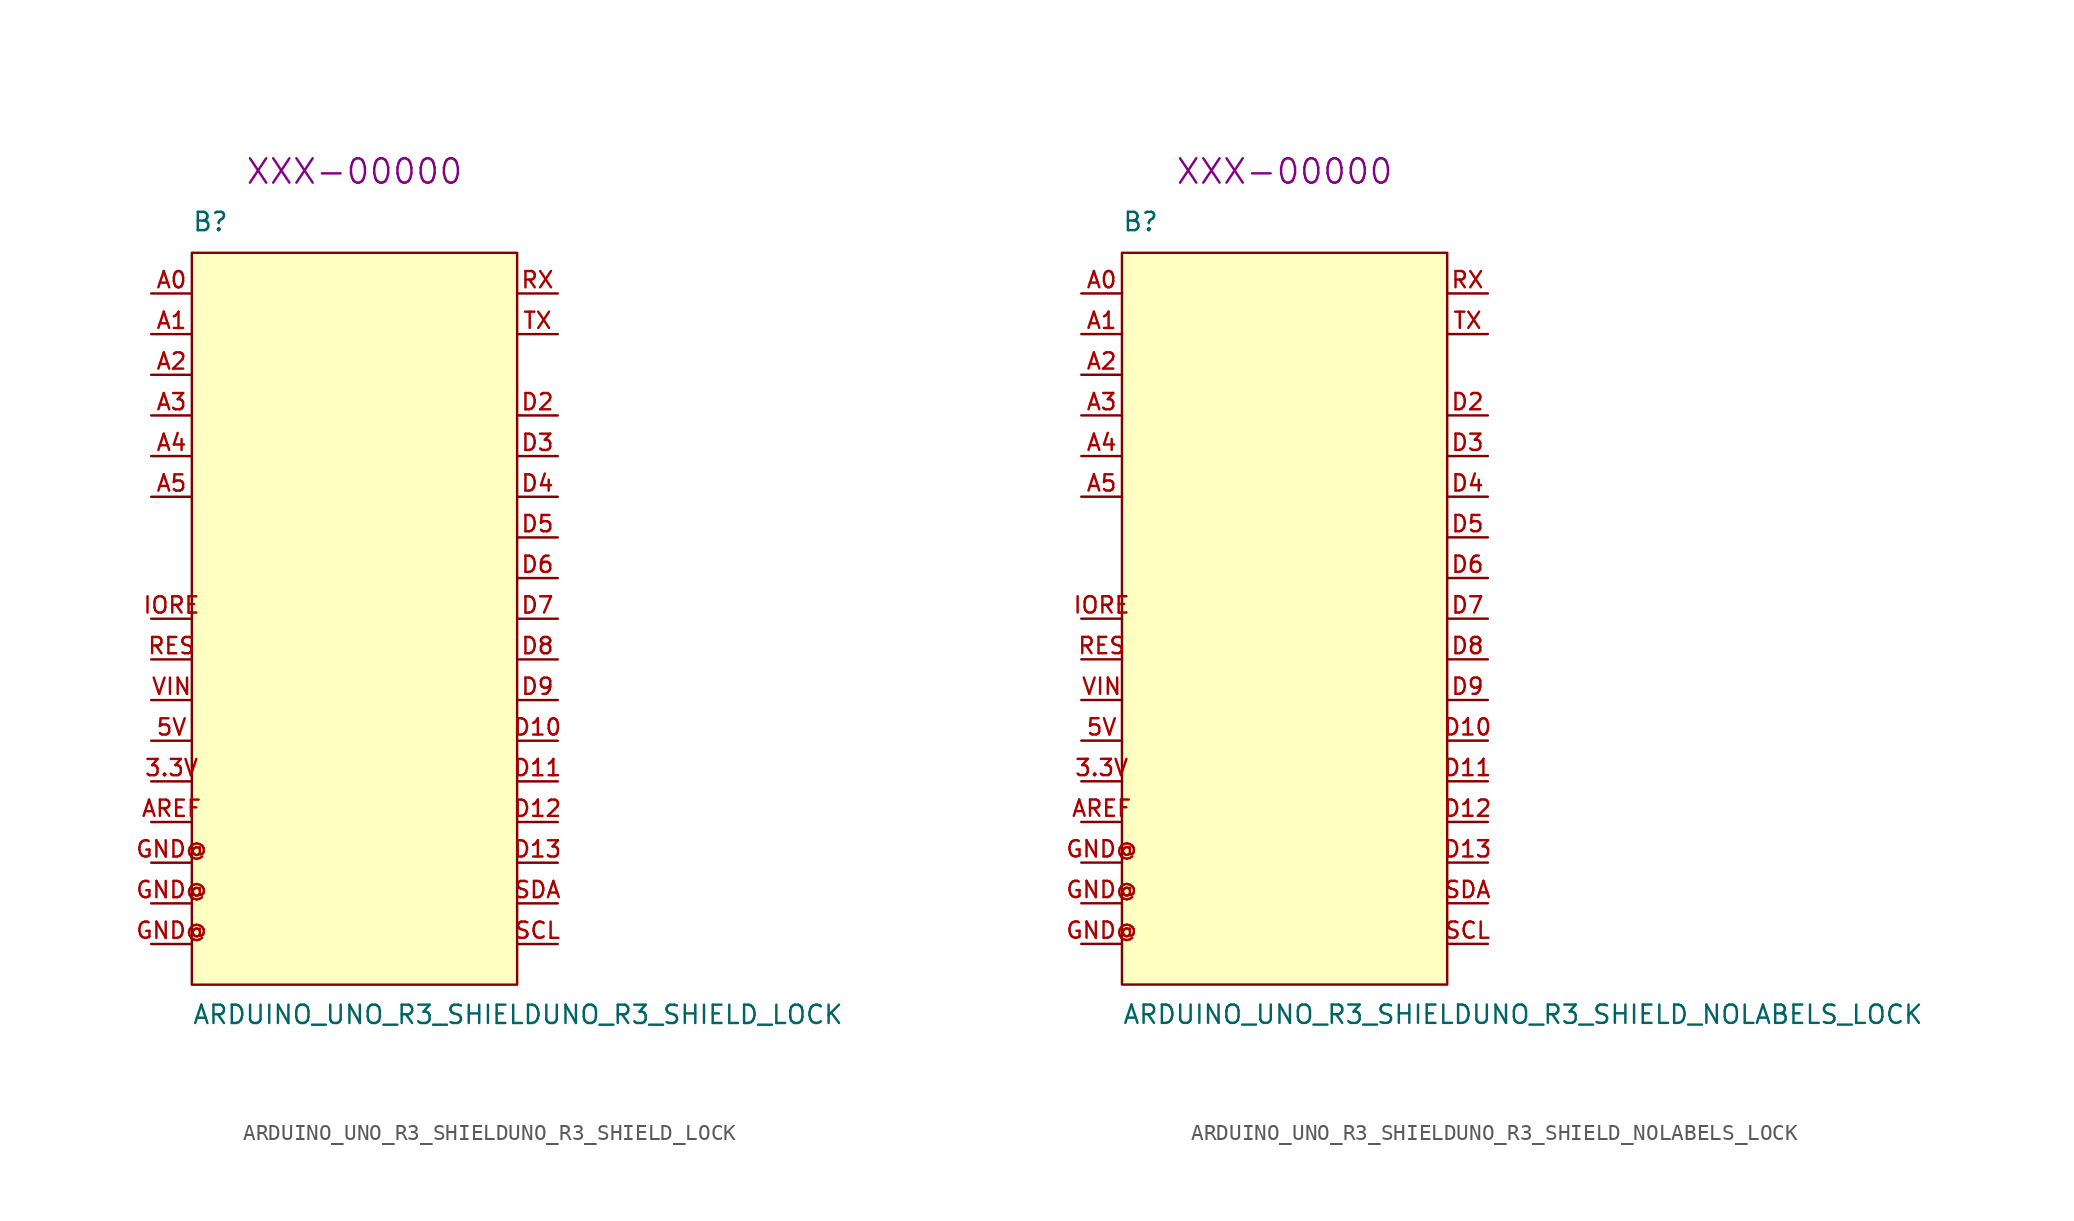
<source format=kicad_sym>
(kicad_symbol_lib
  (version 20211014)
  (generator kicad_symbol_editor)
  (symbol "ARDUINO_UNO_R3_SHIELDUNO_R3_SHIELD_LOCK"
    (pin_names
      (offset 1.016) hide)
    (property "Reference" "B"
      (at -10.16 21.59 0)
      (effects (font (size 1.143 1.143)) (justify left bottom)))
    (property "Value" "ARDUINO_UNO_R3_SHIELDUNO_R3_SHIELD_LOCK"
      (at -10.16 -27.94 0)
      (effects (font (size 1.143 1.143)) (justify left bottom)))
    (property "Field4" "XXX-00000"
      (at 0 25.4 0)
      (effects (font (size 1.524 1.524))))
    (property "ki_locked" ""
      (at 0 0 0)
      (effects (font (size 1.27 1.27))))
    (symbol "ARDUINO_UNO_R3_SHIELDUNO_R3_SHIELD_LOCK_1_1"
      (polyline (pts (xy -10.16 -25.4) (xy -10.16 20.32) (xy 10.16 20.32) (xy 10.16 -25.4) (xy -10.16 -25.4)) (stroke (width 0) (type default) (color 0 0 0 0)) (fill (type background)))
      (pin bidirectional line (at -12.7 -12.7 0) (length 2.54) (name "3.3V" (effects (font (size 1.016 1.016)))) (number "3.3V" (effects (font (size 1.016 1.016)))))
      (pin bidirectional line (at -12.7 -10.16 0) (length 2.54) (name "5V" (effects (font (size 1.016 1.016)))) (number "5V" (effects (font (size 1.016 1.016)))))
      (pin bidirectional line (at -12.7 17.78 0) (length 2.54) (name "A0" (effects (font (size 1.016 1.016)))) (number "A0" (effects (font (size 1.016 1.016)))))
      (pin bidirectional line (at -12.7 15.24 0) (length 2.54) (name "A1" (effects (font (size 1.016 1.016)))) (number "A1" (effects (font (size 1.016 1.016)))))
      (pin bidirectional line (at -12.7 12.7 0) (length 2.54) (name "A2" (effects (font (size 1.016 1.016)))) (number "A2" (effects (font (size 1.016 1.016)))))
      (pin bidirectional line (at -12.7 10.16 0) (length 2.54) (name "A3" (effects (font (size 1.016 1.016)))) (number "A3" (effects (font (size 1.016 1.016)))))
      (pin bidirectional line (at -12.7 7.62 0) (length 2.54) (name "A4" (effects (font (size 1.016 1.016)))) (number "A4" (effects (font (size 1.016 1.016)))))
      (pin bidirectional line (at -12.7 5.08 0) (length 2.54) (name "A5" (effects (font (size 1.016 1.016)))) (number "A5" (effects (font (size 1.016 1.016)))))
      (pin bidirectional line (at -12.7 -15.24 0) (length 2.54) (name "AREF" (effects (font (size 1.016 1.016)))) (number "AREF" (effects (font (size 1.016 1.016)))))
      (pin bidirectional line (at 12.7 -10.16 180) (length 2.54) (name "*D10" (effects (font (size 1.016 1.016)))) (number "D10" (effects (font (size 1.016 1.016)))))
      (pin bidirectional line (at 12.7 -12.7 180) (length 2.54) (name "*D11" (effects (font (size 1.016 1.016)))) (number "D11" (effects (font (size 1.016 1.016)))))
      (pin bidirectional line (at 12.7 -15.24 180) (length 2.54) (name "D12" (effects (font (size 1.016 1.016)))) (number "D12" (effects (font (size 1.016 1.016)))))
      (pin bidirectional line (at 12.7 -17.78 180) (length 2.54) (name "D13" (effects (font (size 1.016 1.016)))) (number "D13" (effects (font (size 1.016 1.016)))))
      (pin bidirectional line (at 12.7 10.16 180) (length 2.54) (name "D2" (effects (font (size 1.016 1.016)))) (number "D2" (effects (font (size 1.016 1.016)))))
      (pin bidirectional line (at 12.7 7.62 180) (length 2.54) (name "*D3" (effects (font (size 1.016 1.016)))) (number "D3" (effects (font (size 1.016 1.016)))))
      (pin bidirectional line (at 12.7 5.08 180) (length 2.54) (name "D4" (effects (font (size 1.016 1.016)))) (number "D4" (effects (font (size 1.016 1.016)))))
      (pin bidirectional line (at 12.7 2.54 180) (length 2.54) (name "*D5" (effects (font (size 1.016 1.016)))) (number "D5" (effects (font (size 1.016 1.016)))))
      (pin bidirectional line (at 12.7 0 180) (length 2.54) (name "*D6" (effects (font (size 1.016 1.016)))) (number "D6" (effects (font (size 1.016 1.016)))))
      (pin bidirectional line (at 12.7 -2.54 180) (length 2.54) (name "D7" (effects (font (size 1.016 1.016)))) (number "D7" (effects (font (size 1.016 1.016)))))
      (pin bidirectional line (at 12.7 -5.08 180) (length 2.54) (name "D8" (effects (font (size 1.016 1.016)))) (number "D8" (effects (font (size 1.016 1.016)))))
      (pin bidirectional line (at 12.7 -7.62 180) (length 2.54) (name "*D9" (effects (font (size 1.016 1.016)))) (number "D9" (effects (font (size 1.016 1.016)))))
      (pin bidirectional line (at -12.7 -22.86 0) (length 2.54) (name "GND" (effects (font (size 1.016 1.016)))) (number "GND@" (effects (font (size 1.016 1.016)))))
      (pin bidirectional line (at -12.7 -20.32 0) (length 2.54) (name "GND" (effects (font (size 1.016 1.016)))) (number "GND@" (effects (font (size 1.016 1.016)))))
      (pin bidirectional line (at -12.7 -17.78 0) (length 2.54) (name "GND" (effects (font (size 1.016 1.016)))) (number "GND@" (effects (font (size 1.016 1.016)))))
      (pin bidirectional line (at -12.7 -2.54 0) (length 2.54) (name "IOREF" (effects (font (size 1.016 1.016)))) (number "IORE" (effects (font (size 1.016 1.016)))))
      (pin bidirectional line (at -12.7 -5.08 0) (length 2.54) (name "RES" (effects (font (size 1.016 1.016)))) (number "RES" (effects (font (size 1.016 1.016)))))
      (pin bidirectional line (at 12.7 17.78 180) (length 2.54) (name "RX" (effects (font (size 1.016 1.016)))) (number "RX" (effects (font (size 1.016 1.016)))))
      (pin bidirectional line (at 12.7 -22.86 180) (length 2.54) (name "SCL" (effects (font (size 1.016 1.016)))) (number "SCL" (effects (font (size 1.016 1.016)))))
      (pin bidirectional line (at 12.7 -20.32 180) (length 2.54) (name "SDA" (effects (font (size 1.016 1.016)))) (number "SDA" (effects (font (size 1.016 1.016)))))
      (pin bidirectional line (at 12.7 15.24 180) (length 2.54) (name "TX" (effects (font (size 1.016 1.016)))) (number "TX" (effects (font (size 1.016 1.016)))))
      (pin bidirectional line (at -12.7 -7.62 0) (length 2.54) (name "VIN" (effects (font (size 1.016 1.016)))) (number "VIN" (effects (font (size 1.016 1.016)))))))
  (symbol "ARDUINO_UNO_R3_SHIELDUNO_R3_SHIELD_NOLABELS_LOCK"
    (pin_names
      (offset 1.016) hide)
    (property "Reference" "B"
      (at -10.16 21.59 0)
      (effects (font (size 1.143 1.143)) (justify left bottom)))
    (property "Value" "ARDUINO_UNO_R3_SHIELDUNO_R3_SHIELD_NOLABELS_LOCK"
      (at -10.16 -27.94 0)
      (effects (font (size 1.143 1.143)) (justify left bottom)))
    (property "Field4" "XXX-00000"
      (at 0 25.4 0)
      (effects (font (size 1.524 1.524))))
    (property "ki_locked" ""
      (at 0 0 0)
      (effects (font (size 1.27 1.27))))
    (symbol "ARDUINO_UNO_R3_SHIELDUNO_R3_SHIELD_NOLABELS_LOCK_1_1"
      (polyline (pts (xy -10.16 -25.4) (xy -10.16 20.32) (xy 10.16 20.32) (xy 10.16 -25.4) (xy -10.16 -25.4)) (stroke (width 0) (type default) (color 0 0 0 0)) (fill (type background)))
      (pin bidirectional line (at -12.7 -12.7 0) (length 2.54) (name "3.3V" (effects (font (size 1.016 1.016)))) (number "3.3V" (effects (font (size 1.016 1.016)))))
      (pin bidirectional line (at -12.7 -10.16 0) (length 2.54) (name "5V" (effects (font (size 1.016 1.016)))) (number "5V" (effects (font (size 1.016 1.016)))))
      (pin bidirectional line (at -12.7 17.78 0) (length 2.54) (name "A0" (effects (font (size 1.016 1.016)))) (number "A0" (effects (font (size 1.016 1.016)))))
      (pin bidirectional line (at -12.7 15.24 0) (length 2.54) (name "A1" (effects (font (size 1.016 1.016)))) (number "A1" (effects (font (size 1.016 1.016)))))
      (pin bidirectional line (at -12.7 12.7 0) (length 2.54) (name "A2" (effects (font (size 1.016 1.016)))) (number "A2" (effects (font (size 1.016 1.016)))))
      (pin bidirectional line (at -12.7 10.16 0) (length 2.54) (name "A3" (effects (font (size 1.016 1.016)))) (number "A3" (effects (font (size 1.016 1.016)))))
      (pin bidirectional line (at -12.7 7.62 0) (length 2.54) (name "A4" (effects (font (size 1.016 1.016)))) (number "A4" (effects (font (size 1.016 1.016)))))
      (pin bidirectional line (at -12.7 5.08 0) (length 2.54) (name "A5" (effects (font (size 1.016 1.016)))) (number "A5" (effects (font (size 1.016 1.016)))))
      (pin bidirectional line (at -12.7 -15.24 0) (length 2.54) (name "AREF" (effects (font (size 1.016 1.016)))) (number "AREF" (effects (font (size 1.016 1.016)))))
      (pin bidirectional line (at 12.7 -10.16 180) (length 2.54) (name "*D10" (effects (font (size 1.016 1.016)))) (number "D10" (effects (font (size 1.016 1.016)))))
      (pin bidirectional line (at 12.7 -12.7 180) (length 2.54) (name "*D11" (effects (font (size 1.016 1.016)))) (number "D11" (effects (font (size 1.016 1.016)))))
      (pin bidirectional line (at 12.7 -15.24 180) (length 2.54) (name "D12" (effects (font (size 1.016 1.016)))) (number "D12" (effects (font (size 1.016 1.016)))))
      (pin bidirectional line (at 12.7 -17.78 180) (length 2.54) (name "D13" (effects (font (size 1.016 1.016)))) (number "D13" (effects (font (size 1.016 1.016)))))
      (pin bidirectional line (at 12.7 10.16 180) (length 2.54) (name "D2" (effects (font (size 1.016 1.016)))) (number "D2" (effects (font (size 1.016 1.016)))))
      (pin bidirectional line (at 12.7 7.62 180) (length 2.54) (name "*D3" (effects (font (size 1.016 1.016)))) (number "D3" (effects (font (size 1.016 1.016)))))
      (pin bidirectional line (at 12.7 5.08 180) (length 2.54) (name "D4" (effects (font (size 1.016 1.016)))) (number "D4" (effects (font (size 1.016 1.016)))))
      (pin bidirectional line (at 12.7 2.54 180) (length 2.54) (name "*D5" (effects (font (size 1.016 1.016)))) (number "D5" (effects (font (size 1.016 1.016)))))
      (pin bidirectional line (at 12.7 0 180) (length 2.54) (name "*D6" (effects (font (size 1.016 1.016)))) (number "D6" (effects (font (size 1.016 1.016)))))
      (pin bidirectional line (at 12.7 -2.54 180) (length 2.54) (name "D7" (effects (font (size 1.016 1.016)))) (number "D7" (effects (font (size 1.016 1.016)))))
      (pin bidirectional line (at 12.7 -5.08 180) (length 2.54) (name "D8" (effects (font (size 1.016 1.016)))) (number "D8" (effects (font (size 1.016 1.016)))))
      (pin bidirectional line (at 12.7 -7.62 180) (length 2.54) (name "*D9" (effects (font (size 1.016 1.016)))) (number "D9" (effects (font (size 1.016 1.016)))))
      (pin bidirectional line (at -12.7 -22.86 0) (length 2.54) (name "GND" (effects (font (size 1.016 1.016)))) (number "GND@" (effects (font (size 1.016 1.016)))))
      (pin bidirectional line (at -12.7 -20.32 0) (length 2.54) (name "GND" (effects (font (size 1.016 1.016)))) (number "GND@" (effects (font (size 1.016 1.016)))))
      (pin bidirectional line (at -12.7 -17.78 0) (length 2.54) (name "GND" (effects (font (size 1.016 1.016)))) (number "GND@" (effects (font (size 1.016 1.016)))))
      (pin bidirectional line (at -12.7 -2.54 0) (length 2.54) (name "IOREF" (effects (font (size 1.016 1.016)))) (number "IORE" (effects (font (size 1.016 1.016)))))
      (pin bidirectional line (at -12.7 -5.08 0) (length 2.54) (name "RES" (effects (font (size 1.016 1.016)))) (number "RES" (effects (font (size 1.016 1.016)))))
      (pin bidirectional line (at 12.7 17.78 180) (length 2.54) (name "RX" (effects (font (size 1.016 1.016)))) (number "RX" (effects (font (size 1.016 1.016)))))
      (pin bidirectional line (at 12.7 -22.86 180) (length 2.54) (name "SCL" (effects (font (size 1.016 1.016)))) (number "SCL" (effects (font (size 1.016 1.016)))))
      (pin bidirectional line (at 12.7 -20.32 180) (length 2.54) (name "SDA" (effects (font (size 1.016 1.016)))) (number "SDA" (effects (font (size 1.016 1.016)))))
      (pin bidirectional line (at 12.7 15.24 180) (length 2.54) (name "TX" (effects (font (size 1.016 1.016)))) (number "TX" (effects (font (size 1.016 1.016)))))
      (pin bidirectional line (at -12.7 -7.62 0) (length 2.54) (name "VIN" (effects (font (size 1.016 1.016)))) (number "VIN" (effects (font (size 1.016 1.016))))))))
</source>
